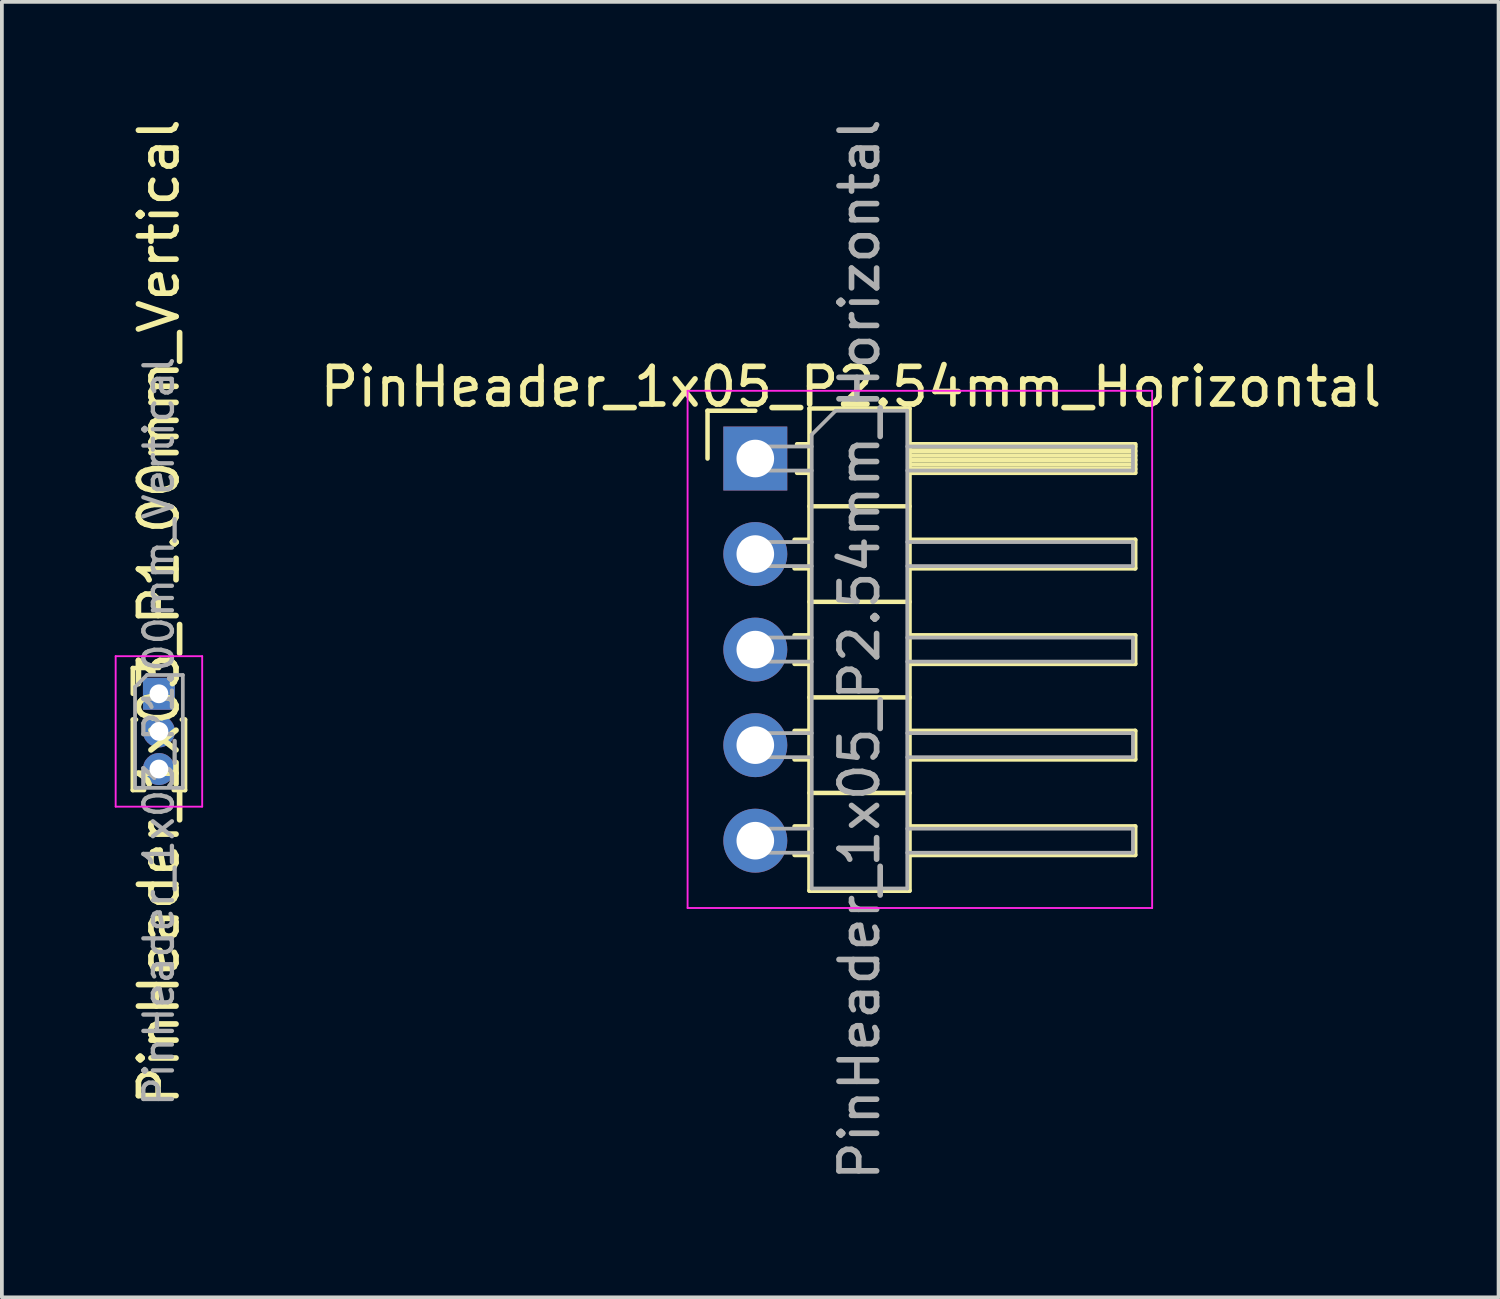
<source format=kicad_pcb>
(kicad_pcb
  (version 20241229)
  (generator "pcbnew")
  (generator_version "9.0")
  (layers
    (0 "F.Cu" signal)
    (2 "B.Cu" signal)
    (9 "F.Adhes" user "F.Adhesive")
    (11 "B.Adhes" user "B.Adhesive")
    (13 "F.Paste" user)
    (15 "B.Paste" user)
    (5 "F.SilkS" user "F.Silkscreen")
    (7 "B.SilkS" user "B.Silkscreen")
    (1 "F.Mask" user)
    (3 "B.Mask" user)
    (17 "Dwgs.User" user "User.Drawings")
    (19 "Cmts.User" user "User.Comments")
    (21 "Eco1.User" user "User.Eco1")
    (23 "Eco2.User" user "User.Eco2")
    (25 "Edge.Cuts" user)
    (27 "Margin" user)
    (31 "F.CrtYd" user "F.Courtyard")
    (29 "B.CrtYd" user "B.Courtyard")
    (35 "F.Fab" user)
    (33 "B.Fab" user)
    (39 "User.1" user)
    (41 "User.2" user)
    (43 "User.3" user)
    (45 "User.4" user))
  (footprint "PinHeader_1x05_P2.54mm_Horizontal"
    (layer "F.Cu")
    (at 17.03 9.14)
    (property "Reference" "PinHeader_1x05_P2.54mm_Horizontal" (at 2.54 -1.905 0) (layer "F.SilkS") (effects (font (size 1 1) (thickness 0.15))))
    (attr through_hole)
    (fp_line (start -1.27 -1.27) (end 0 -1.27) (stroke (width 0.12) (type solid)) (layer "F.SilkS"))
    (fp_line (start -1.27 0) (end -1.27 -1.27) (stroke (width 0.12) (type solid)) (layer "F.SilkS"))
    (fp_line (start 1.043 2.16) (end 1.44 2.16) (stroke (width 0.12) (type solid)) (layer "F.SilkS"))
    (fp_line (start 1.043 2.92) (end 1.44 2.92) (stroke (width 0.12) (type solid)) (layer "F.SilkS"))
    (fp_line (start 1.043 4.7) (end 1.44 4.7) (stroke (width 0.12) (type solid)) (layer "F.SilkS"))
    (fp_line (start 1.043 5.46) (end 1.44 5.46) (stroke (width 0.12) (type solid)) (layer "F.SilkS"))
    (fp_line (start 1.043 7.24) (end 1.44 7.24) (stroke (width 0.12) (type solid)) (layer "F.SilkS"))
    (fp_line (start 1.043 8) (end 1.44 8) (stroke (width 0.12) (type solid)) (layer "F.SilkS"))
    (fp_line (start 1.043 9.78) (end 1.44 9.78) (stroke (width 0.12) (type solid)) (layer "F.SilkS"))
    (fp_line (start 1.043 10.54) (end 1.44 10.54) (stroke (width 0.12) (type solid)) (layer "F.SilkS"))
    (fp_line (start 1.11 -0.38) (end 1.44 -0.38) (stroke (width 0.12) (type solid)) (layer "F.SilkS"))
    (fp_line (start 1.11 0.38) (end 1.44 0.38) (stroke (width 0.12) (type solid)) (layer "F.SilkS"))
    (fp_line (start 1.44 -1.33) (end 1.44 11.49) (stroke (width 0.12) (type solid)) (layer "F.SilkS"))
    (fp_line (start 1.44 1.27) (end 4.1 1.27) (stroke (width 0.12) (type solid)) (layer "F.SilkS"))
    (fp_line (start 1.44 3.81) (end 4.1 3.81) (stroke (width 0.12) (type solid)) (layer "F.SilkS"))
    (fp_line (start 1.44 6.35) (end 4.1 6.35) (stroke (width 0.12) (type solid)) (layer "F.SilkS"))
    (fp_line (start 1.44 8.89) (end 4.1 8.89) (stroke (width 0.12) (type solid)) (layer "F.SilkS"))
    (fp_line (start 1.44 11.49) (end 4.1 11.49) (stroke (width 0.12) (type solid)) (layer "F.SilkS"))
    (fp_line (start 4.1 -1.33) (end 1.44 -1.33) (stroke (width 0.12) (type solid)) (layer "F.SilkS"))
    (fp_line (start 4.1 -0.38) (end 10.1 -0.38) (stroke (width 0.12) (type solid)) (layer "F.SilkS"))
    (fp_line (start 4.1 -0.32) (end 10.1 -0.32) (stroke (width 0.12) (type solid)) (layer "F.SilkS"))
    (fp_line (start 4.1 -0.2) (end 10.1 -0.2) (stroke (width 0.12) (type solid)) (layer "F.SilkS"))
    (fp_line (start 4.1 -0.08) (end 10.1 -0.08) (stroke (width 0.12) (type solid)) (layer "F.SilkS"))
    (fp_line (start 4.1 0.04) (end 10.1 0.04) (stroke (width 0.12) (type solid)) (layer "F.SilkS"))
    (fp_line (start 4.1 0.16) (end 10.1 0.16) (stroke (width 0.12) (type solid)) (layer "F.SilkS"))
    (fp_line (start 4.1 0.28) (end 10.1 0.28) (stroke (width 0.12) (type solid)) (layer "F.SilkS"))
    (fp_line (start 4.1 2.16) (end 10.1 2.16) (stroke (width 0.12) (type solid)) (layer "F.SilkS"))
    (fp_line (start 4.1 4.7) (end 10.1 4.7) (stroke (width 0.12) (type solid)) (layer "F.SilkS"))
    (fp_line (start 4.1 7.24) (end 10.1 7.24) (stroke (width 0.12) (type solid)) (layer "F.SilkS"))
    (fp_line (start 4.1 9.78) (end 10.1 9.78) (stroke (width 0.12) (type solid)) (layer "F.SilkS"))
    (fp_line (start 4.1 11.49) (end 4.1 -1.33) (stroke (width 0.12) (type solid)) (layer "F.SilkS"))
    (fp_line (start 10.1 -0.38) (end 10.1 0.38) (stroke (width 0.12) (type solid)) (layer "F.SilkS"))
    (fp_line (start 10.1 0.38) (end 4.1 0.38) (stroke (width 0.12) (type solid)) (layer "F.SilkS"))
    (fp_line (start 10.1 2.16) (end 10.1 2.92) (stroke (width 0.12) (type solid)) (layer "F.SilkS"))
    (fp_line (start 10.1 2.92) (end 4.1 2.92) (stroke (width 0.12) (type solid)) (layer "F.SilkS"))
    (fp_line (start 10.1 4.7) (end 10.1 5.46) (stroke (width 0.12) (type solid)) (layer "F.SilkS"))
    (fp_line (start 10.1 5.46) (end 4.1 5.46) (stroke (width 0.12) (type solid)) (layer "F.SilkS"))
    (fp_line (start 10.1 7.24) (end 10.1 8) (stroke (width 0.12) (type solid)) (layer "F.SilkS"))
    (fp_line (start 10.1 8) (end 4.1 8) (stroke (width 0.12) (type solid)) (layer "F.SilkS"))
    (fp_line (start 10.1 9.78) (end 10.1 10.54) (stroke (width 0.12) (type solid)) (layer "F.SilkS"))
    (fp_line (start 10.1 10.54) (end 4.1 10.54) (stroke (width 0.12) (type solid)) (layer "F.SilkS"))
    (fp_line (start -1.8 -1.8) (end -1.8 11.95) (stroke (width 0.05) (type solid)) (layer "F.CrtYd"))
    (fp_line (start -1.8 11.95) (end 10.55 11.95) (stroke (width 0.05) (type solid)) (layer "F.CrtYd"))
    (fp_line (start 10.55 -1.8) (end -1.8 -1.8) (stroke (width 0.05) (type solid)) (layer "F.CrtYd"))
    (fp_line (start 10.55 11.95) (end 10.55 -1.8) (stroke (width 0.05) (type solid)) (layer "F.CrtYd"))
    (fp_line (start -0.32 -0.32) (end -0.32 0.32) (stroke (width 0.1) (type solid)) (layer "F.Fab"))
    (fp_line (start -0.32 -0.32) (end 1.5 -0.32) (stroke (width 0.1) (type solid)) (layer "F.Fab"))
    (fp_line (start -0.32 0.32) (end 1.5 0.32) (stroke (width 0.1) (type solid)) (layer "F.Fab"))
    (fp_line (start -0.32 2.22) (end -0.32 2.86) (stroke (width 0.1) (type solid)) (layer "F.Fab"))
    (fp_line (start -0.32 2.22) (end 1.5 2.22) (stroke (width 0.1) (type solid)) (layer "F.Fab"))
    (fp_line (start -0.32 2.86) (end 1.5 2.86) (stroke (width 0.1) (type solid)) (layer "F.Fab"))
    (fp_line (start -0.32 4.76) (end -0.32 5.4) (stroke (width 0.1) (type solid)) (layer "F.Fab"))
    (fp_line (start -0.32 4.76) (end 1.5 4.76) (stroke (width 0.1) (type solid)) (layer "F.Fab"))
    (fp_line (start -0.32 5.4) (end 1.5 5.4) (stroke (width 0.1) (type solid)) (layer "F.Fab"))
    (fp_line (start -0.32 7.3) (end -0.32 7.94) (stroke (width 0.1) (type solid)) (layer "F.Fab"))
    (fp_line (start -0.32 7.3) (end 1.5 7.3) (stroke (width 0.1) (type solid)) (layer "F.Fab"))
    (fp_line (start -0.32 7.94) (end 1.5 7.94) (stroke (width 0.1) (type solid)) (layer "F.Fab"))
    (fp_line (start -0.32 9.84) (end -0.32 10.48) (stroke (width 0.1) (type solid)) (layer "F.Fab"))
    (fp_line (start -0.32 9.84) (end 1.5 9.84) (stroke (width 0.1) (type solid)) (layer "F.Fab"))
    (fp_line (start -0.32 10.48) (end 1.5 10.48) (stroke (width 0.1) (type solid)) (layer "F.Fab"))
    (fp_line (start 1.5 -0.635) (end 2.135 -1.27) (stroke (width 0.1) (type solid)) (layer "F.Fab"))
    (fp_line (start 1.5 11.43) (end 1.5 -0.635) (stroke (width 0.1) (type solid)) (layer "F.Fab"))
    (fp_line (start 2.135 -1.27) (end 4.04 -1.27) (stroke (width 0.1) (type solid)) (layer "F.Fab"))
    (fp_line (start 4.04 -1.27) (end 4.04 11.43) (stroke (width 0.1) (type solid)) (layer "F.Fab"))
    (fp_line (start 4.04 -0.32) (end 10.04 -0.32) (stroke (width 0.1) (type solid)) (layer "F.Fab"))
    (fp_line (start 4.04 0.32) (end 10.04 0.32) (stroke (width 0.1) (type solid)) (layer "F.Fab"))
    (fp_line (start 4.04 2.22) (end 10.04 2.22) (stroke (width 0.1) (type solid)) (layer "F.Fab"))
    (fp_line (start 4.04 2.86) (end 10.04 2.86) (stroke (width 0.1) (type solid)) (layer "F.Fab"))
    (fp_line (start 4.04 4.76) (end 10.04 4.76) (stroke (width 0.1) (type solid)) (layer "F.Fab"))
    (fp_line (start 4.04 5.4) (end 10.04 5.4) (stroke (width 0.1) (type solid)) (layer "F.Fab"))
    (fp_line (start 4.04 7.3) (end 10.04 7.3) (stroke (width 0.1) (type solid)) (layer "F.Fab"))
    (fp_line (start 4.04 7.94) (end 10.04 7.94) (stroke (width 0.1) (type solid)) (layer "F.Fab"))
    (fp_line (start 4.04 9.84) (end 10.04 9.84) (stroke (width 0.1) (type solid)) (layer "F.Fab"))
    (fp_line (start 4.04 10.48) (end 10.04 10.48) (stroke (width 0.1) (type solid)) (layer "F.Fab"))
    (fp_line (start 4.04 11.43) (end 1.5 11.43) (stroke (width 0.1) (type solid)) (layer "F.Fab"))
    (fp_line (start 10.04 -0.32) (end 10.04 0.32) (stroke (width 0.1) (type solid)) (layer "F.Fab"))
    (fp_line (start 10.04 2.22) (end 10.04 2.86) (stroke (width 0.1) (type solid)) (layer "F.Fab"))
    (fp_line (start 10.04 4.76) (end 10.04 5.4) (stroke (width 0.1) (type solid)) (layer "F.Fab"))
    (fp_line (start 10.04 7.3) (end 10.04 7.94) (stroke (width 0.1) (type solid)) (layer "F.Fab"))
    (fp_line (start 10.04 9.84) (end 10.04 10.48) (stroke (width 0.1) (type solid)) (layer "F.Fab"))
    (fp_text user "${REFERENCE}" (at 2.77 5.08 90) (layer "F.Fab") (effects (font (size 1 1) (thickness 0.15))))
    (pad "1" thru_hole rect (at 0 0) (size 1.7 1.7) (drill 1) (layers "*.Cu" "*.Mask"))
    (pad "2" thru_hole oval (at 0 2.54) (size 1.7 1.7) (drill 1) (layers "*.Cu" "*.Mask"))
    (pad "3" thru_hole oval (at 0 5.08) (size 1.7 1.7) (drill 1) (layers "*.Cu" "*.Mask"))
    (pad "4" thru_hole oval (at 0 7.62) (size 1.7 1.7) (drill 1) (layers "*.Cu" "*.Mask"))
    (pad "5" thru_hole oval (at 0 10.16) (size 1.7 1.7) (drill 1) (layers "*.Cu" "*.Mask")))
  (footprint "PinHeader_1x03_P1.00mm_Vertical"
    (layer "F.Cu")
    (at 1.175 15.395)
    (property "Reference" "PinHeader_1x03_P1.00mm_Vertical" (at 0 -2.175 90) (layer "F.SilkS") (effects (font (size 1 1) (thickness 0.15))))
    (attr through_hole)
    (fp_line (start -0.695 -0.685) (end 0 -0.685) (stroke (width 0.12) (type solid)) (layer "F.SilkS"))
    (fp_line (start -0.695 0) (end -0.695 -0.685) (stroke (width 0.12) (type solid)) (layer "F.SilkS"))
    (fp_line (start -0.695 0.685) (end -0.695 2.56) (stroke (width 0.12) (type solid)) (layer "F.SilkS"))
    (fp_line (start -0.695 0.685) (end -0.608 0.685) (stroke (width 0.12) (type solid)) (layer "F.SilkS"))
    (fp_line (start -0.695 2.56) (end -0.394 2.56) (stroke (width 0.12) (type solid)) (layer "F.SilkS"))
    (fp_line (start 0.394 2.56) (end 0.695 2.56) (stroke (width 0.12) (type solid)) (layer "F.SilkS"))
    (fp_line (start 0.608 0.685) (end 0.695 0.685) (stroke (width 0.12) (type solid)) (layer "F.SilkS"))
    (fp_line (start 0.695 0.685) (end 0.695 2.56) (stroke (width 0.12) (type solid)) (layer "F.SilkS"))
    (fp_line (start -1.15 -1) (end -1.15 3) (stroke (width 0.05) (type solid)) (layer "F.CrtYd"))
    (fp_line (start -1.15 3) (end 1.15 3) (stroke (width 0.05) (type solid)) (layer "F.CrtYd"))
    (fp_line (start 1.15 -1) (end -1.15 -1) (stroke (width 0.05) (type solid)) (layer "F.CrtYd"))
    (fp_line (start 1.15 3) (end 1.15 -1) (stroke (width 0.05) (type solid)) (layer "F.CrtYd"))
    (fp_line (start -0.635 -0.182) (end -0.318 -0.5) (stroke (width 0.1) (type solid)) (layer "F.Fab"))
    (fp_line (start -0.635 2.5) (end -0.635 -0.182) (stroke (width 0.1) (type solid)) (layer "F.Fab"))
    (fp_line (start -0.318 -0.5) (end 0.635 -0.5) (stroke (width 0.1) (type solid)) (layer "F.Fab"))
    (fp_line (start 0.635 -0.5) (end 0.635 2.5) (stroke (width 0.1) (type solid)) (layer "F.Fab"))
    (fp_line (start 0.635 2.5) (end -0.635 2.5) (stroke (width 0.1) (type solid)) (layer "F.Fab"))
    (fp_text user "${REFERENCE}" (at 0 1 90) (layer "F.Fab") (effects (font (size 0.76 0.76) (thickness 0.114))))
    (pad "1" thru_hole rect (at 0 0) (size 0.85 0.85) (drill 0.5) (layers "*.Cu" "*.Mask"))
    (pad "2" thru_hole oval (at 0 1) (size 0.85 0.85) (drill 0.5) (layers "*.Cu" "*.Mask"))
    (pad "3" thru_hole oval (at 0 2) (size 0.85 0.85) (drill 0.5) (layers "*.Cu" "*.Mask")))
  (gr_rect
    (start -3 -3)
    (end 36.79 31.44)
    (stroke (width 0.1) (type default))
    (fill no)
    (layer "Edge.Cuts")))
</source>
